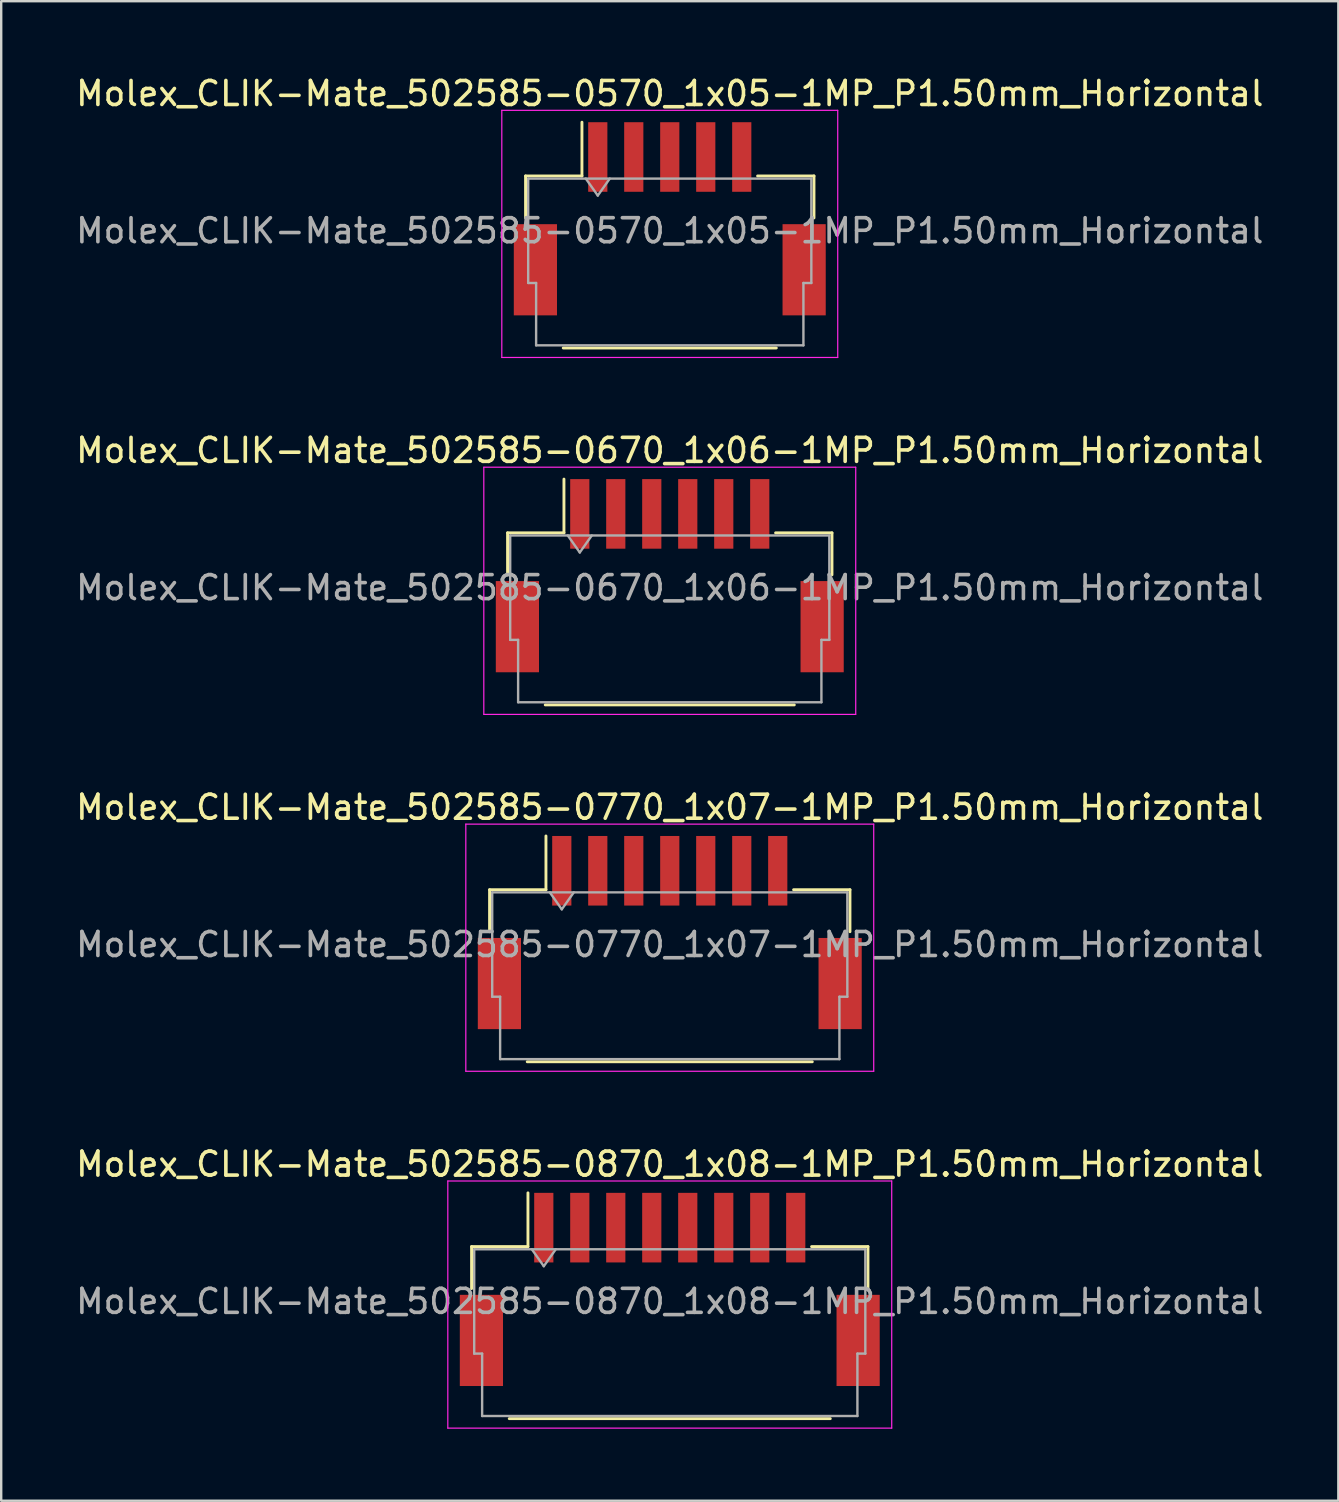
<source format=kicad_pcb>
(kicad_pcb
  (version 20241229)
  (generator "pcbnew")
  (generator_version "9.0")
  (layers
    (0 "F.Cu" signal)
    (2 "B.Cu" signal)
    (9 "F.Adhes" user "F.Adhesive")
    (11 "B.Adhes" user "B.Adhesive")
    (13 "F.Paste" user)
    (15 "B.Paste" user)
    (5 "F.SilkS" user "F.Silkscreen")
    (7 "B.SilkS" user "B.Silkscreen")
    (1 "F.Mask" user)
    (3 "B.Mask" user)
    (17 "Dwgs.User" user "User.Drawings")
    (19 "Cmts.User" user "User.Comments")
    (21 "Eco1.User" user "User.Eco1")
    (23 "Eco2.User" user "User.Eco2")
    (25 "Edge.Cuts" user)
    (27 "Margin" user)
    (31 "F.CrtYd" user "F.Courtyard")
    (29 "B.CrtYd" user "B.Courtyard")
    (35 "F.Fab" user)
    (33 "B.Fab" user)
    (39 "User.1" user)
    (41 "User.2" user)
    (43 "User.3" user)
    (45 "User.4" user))
  (footprint "Molex_CLIK-Mate_502585-0670_1x06-1MP_P1.50mm_Horizontal"
    (layer "F.Cu")
    (at 24.863 20.942)
    (property "Reference" "Molex_CLIK-Mate_502585-0670_1x06-1MP_P1.50mm_Horizontal" (at 0 -5.22 0) (layer "F.SilkS") (effects (font (size 1 1) (thickness 0.15))))
    (attr smd)
    (fp_line (start -6.76 -1.785) (end -4.41 -1.785) (stroke (width 0.12) (type solid)) (layer "F.SilkS"))
    (fp_line (start -6.76 -0.035) (end -6.76 -1.785) (stroke (width 0.12) (type solid)) (layer "F.SilkS"))
    (fp_line (start -5.19 5.385) (end 5.19 5.385) (stroke (width 0.12) (type solid)) (layer "F.SilkS"))
    (fp_line (start -4.41 -1.785) (end -4.41 -4.025) (stroke (width 0.12) (type solid)) (layer "F.SilkS"))
    (fp_line (start 6.76 -1.785) (end 4.41 -1.785) (stroke (width 0.12) (type solid)) (layer "F.SilkS"))
    (fp_line (start 6.76 -0.035) (end 6.76 -1.785) (stroke (width 0.12) (type solid)) (layer "F.SilkS"))
    (fp_line (start -7.75 -4.52) (end -7.75 5.78) (stroke (width 0.05) (type solid)) (layer "F.CrtYd"))
    (fp_line (start -7.75 5.78) (end 7.75 5.78) (stroke (width 0.05) (type solid)) (layer "F.CrtYd"))
    (fp_line (start 7.75 -4.52) (end -7.75 -4.52) (stroke (width 0.05) (type solid)) (layer "F.CrtYd"))
    (fp_line (start 7.75 5.78) (end 7.75 -4.52) (stroke (width 0.05) (type solid)) (layer "F.CrtYd"))
    (fp_line (start -6.65 -1.675) (end -6.65 2.675) (stroke (width 0.1) (type solid)) (layer "F.Fab"))
    (fp_line (start -6.65 -1.675) (end 6.65 -1.675) (stroke (width 0.1) (type solid)) (layer "F.Fab"))
    (fp_line (start -6.65 2.675) (end -6.32 2.675) (stroke (width 0.1) (type solid)) (layer "F.Fab"))
    (fp_line (start -6.32 2.675) (end -6.32 5.275) (stroke (width 0.1) (type solid)) (layer "F.Fab"))
    (fp_line (start -6.32 5.275) (end 6.32 5.275) (stroke (width 0.1) (type solid)) (layer "F.Fab"))
    (fp_line (start -4.25 -1.675) (end -3.75 -0.968) (stroke (width 0.1) (type solid)) (layer "F.Fab"))
    (fp_line (start -3.75 -0.968) (end -3.25 -1.675) (stroke (width 0.1) (type solid)) (layer "F.Fab"))
    (fp_line (start 6.32 2.675) (end 6.65 2.675) (stroke (width 0.1) (type solid)) (layer "F.Fab"))
    (fp_line (start 6.32 5.275) (end 6.32 2.675) (stroke (width 0.1) (type solid)) (layer "F.Fab"))
    (fp_line (start 6.65 -1.675) (end 6.65 2.675) (stroke (width 0.1) (type solid)) (layer "F.Fab"))
    (fp_text user "${REFERENCE}" (at 0 0.5 0) (layer "F.Fab") (effects (font (size 1 1) (thickness 0.15))))
    (pad "1" smd rect (at -3.75 -2.575) (size 0.8 2.9) (layers "F.Cu" "F.Mask" "F.Paste"))
    (pad "2" smd rect (at -2.25 -2.575) (size 0.8 2.9) (layers "F.Cu" "F.Mask" "F.Paste"))
    (pad "3" smd rect (at -0.75 -2.575) (size 0.8 2.9) (layers "F.Cu" "F.Mask" "F.Paste"))
    (pad "4" smd rect (at 0.75 -2.575) (size 0.8 2.9) (layers "F.Cu" "F.Mask" "F.Paste"))
    (pad "5" smd rect (at 2.25 -2.575) (size 0.8 2.9) (layers "F.Cu" "F.Mask" "F.Paste"))
    (pad "6" smd rect (at 3.75 -2.575) (size 0.8 2.9) (layers "F.Cu" "F.Mask" "F.Paste"))
    (pad "MP" smd rect (at -6.35 2.125) (size 1.8 3.8) (layers "F.Cu" "F.Mask" "F.Paste"))
    (pad "MP" smd rect (at 6.35 2.125) (size 1.8 3.8) (layers "F.Cu" "F.Mask" "F.Paste")))
  (footprint "Molex_CLIK-Mate_502585-0570_1x05-1MP_P1.50mm_Horizontal"
    (layer "F.Cu")
    (at 24.863 6.068)
    (property "Reference" "Molex_CLIK-Mate_502585-0570_1x05-1MP_P1.50mm_Horizontal" (at 0 -5.22 0) (layer "F.SilkS") (effects (font (size 1 1) (thickness 0.15))))
    (attr smd)
    (fp_line (start -6.01 -1.785) (end -3.66 -1.785) (stroke (width 0.12) (type solid)) (layer "F.SilkS"))
    (fp_line (start -6.01 -0.035) (end -6.01 -1.785) (stroke (width 0.12) (type solid)) (layer "F.SilkS"))
    (fp_line (start -4.44 5.385) (end 4.44 5.385) (stroke (width 0.12) (type solid)) (layer "F.SilkS"))
    (fp_line (start -3.66 -1.785) (end -3.66 -4.025) (stroke (width 0.12) (type solid)) (layer "F.SilkS"))
    (fp_line (start 6.01 -1.785) (end 3.66 -1.785) (stroke (width 0.12) (type solid)) (layer "F.SilkS"))
    (fp_line (start 6.01 -0.035) (end 6.01 -1.785) (stroke (width 0.12) (type solid)) (layer "F.SilkS"))
    (fp_line (start -7 -4.52) (end -7 5.78) (stroke (width 0.05) (type solid)) (layer "F.CrtYd"))
    (fp_line (start -7 5.78) (end 7 5.78) (stroke (width 0.05) (type solid)) (layer "F.CrtYd"))
    (fp_line (start 7 -4.52) (end -7 -4.52) (stroke (width 0.05) (type solid)) (layer "F.CrtYd"))
    (fp_line (start 7 5.78) (end 7 -4.52) (stroke (width 0.05) (type solid)) (layer "F.CrtYd"))
    (fp_line (start -5.9 -1.675) (end -5.9 2.675) (stroke (width 0.1) (type solid)) (layer "F.Fab"))
    (fp_line (start -5.9 -1.675) (end 5.9 -1.675) (stroke (width 0.1) (type solid)) (layer "F.Fab"))
    (fp_line (start -5.9 2.675) (end -5.57 2.675) (stroke (width 0.1) (type solid)) (layer "F.Fab"))
    (fp_line (start -5.57 2.675) (end -5.57 5.275) (stroke (width 0.1) (type solid)) (layer "F.Fab"))
    (fp_line (start -5.57 5.275) (end 5.57 5.275) (stroke (width 0.1) (type solid)) (layer "F.Fab"))
    (fp_line (start -3.5 -1.675) (end -3 -0.968) (stroke (width 0.1) (type solid)) (layer "F.Fab"))
    (fp_line (start -3 -0.968) (end -2.5 -1.675) (stroke (width 0.1) (type solid)) (layer "F.Fab"))
    (fp_line (start 5.57 2.675) (end 5.9 2.675) (stroke (width 0.1) (type solid)) (layer "F.Fab"))
    (fp_line (start 5.57 5.275) (end 5.57 2.675) (stroke (width 0.1) (type solid)) (layer "F.Fab"))
    (fp_line (start 5.9 -1.675) (end 5.9 2.675) (stroke (width 0.1) (type solid)) (layer "F.Fab"))
    (fp_text user "${REFERENCE}" (at 0 0.5 0) (layer "F.Fab") (effects (font (size 1 1) (thickness 0.15))))
    (pad "1" smd rect (at -3 -2.575) (size 0.8 2.9) (layers "F.Cu" "F.Mask" "F.Paste"))
    (pad "2" smd rect (at -1.5 -2.575) (size 0.8 2.9) (layers "F.Cu" "F.Mask" "F.Paste"))
    (pad "3" smd rect (at 0 -2.575) (size 0.8 2.9) (layers "F.Cu" "F.Mask" "F.Paste"))
    (pad "4" smd rect (at 1.5 -2.575) (size 0.8 2.9) (layers "F.Cu" "F.Mask" "F.Paste"))
    (pad "5" smd rect (at 3 -2.575) (size 0.8 2.9) (layers "F.Cu" "F.Mask" "F.Paste"))
    (pad "MP" smd rect (at -5.6 2.125) (size 1.8 3.8) (layers "F.Cu" "F.Mask" "F.Paste"))
    (pad "MP" smd rect (at 5.6 2.125) (size 1.8 3.8) (layers "F.Cu" "F.Mask" "F.Paste")))
  (footprint "Molex_CLIK-Mate_502585-0770_1x07-1MP_P1.50mm_Horizontal"
    (layer "F.Cu")
    (at 24.863 35.815)
    (property "Reference" "Molex_CLIK-Mate_502585-0770_1x07-1MP_P1.50mm_Horizontal" (at 0 -5.22 0) (layer "F.SilkS") (effects (font (size 1 1) (thickness 0.15))))
    (attr smd)
    (fp_line (start -7.51 -1.785) (end -5.16 -1.785) (stroke (width 0.12) (type solid)) (layer "F.SilkS"))
    (fp_line (start -7.51 -0.035) (end -7.51 -1.785) (stroke (width 0.12) (type solid)) (layer "F.SilkS"))
    (fp_line (start -5.94 5.385) (end 5.94 5.385) (stroke (width 0.12) (type solid)) (layer "F.SilkS"))
    (fp_line (start -5.16 -1.785) (end -5.16 -4.025) (stroke (width 0.12) (type solid)) (layer "F.SilkS"))
    (fp_line (start 7.51 -1.785) (end 5.16 -1.785) (stroke (width 0.12) (type solid)) (layer "F.SilkS"))
    (fp_line (start 7.51 -0.035) (end 7.51 -1.785) (stroke (width 0.12) (type solid)) (layer "F.SilkS"))
    (fp_line (start -8.5 -4.52) (end -8.5 5.78) (stroke (width 0.05) (type solid)) (layer "F.CrtYd"))
    (fp_line (start -8.5 5.78) (end 8.5 5.78) (stroke (width 0.05) (type solid)) (layer "F.CrtYd"))
    (fp_line (start 8.5 -4.52) (end -8.5 -4.52) (stroke (width 0.05) (type solid)) (layer "F.CrtYd"))
    (fp_line (start 8.5 5.78) (end 8.5 -4.52) (stroke (width 0.05) (type solid)) (layer "F.CrtYd"))
    (fp_line (start -7.4 -1.675) (end -7.4 2.675) (stroke (width 0.1) (type solid)) (layer "F.Fab"))
    (fp_line (start -7.4 -1.675) (end 7.4 -1.675) (stroke (width 0.1) (type solid)) (layer "F.Fab"))
    (fp_line (start -7.4 2.675) (end -7.07 2.675) (stroke (width 0.1) (type solid)) (layer "F.Fab"))
    (fp_line (start -7.07 2.675) (end -7.07 5.275) (stroke (width 0.1) (type solid)) (layer "F.Fab"))
    (fp_line (start -7.07 5.275) (end 7.07 5.275) (stroke (width 0.1) (type solid)) (layer "F.Fab"))
    (fp_line (start -5 -1.675) (end -4.5 -0.968) (stroke (width 0.1) (type solid)) (layer "F.Fab"))
    (fp_line (start -4.5 -0.968) (end -4 -1.675) (stroke (width 0.1) (type solid)) (layer "F.Fab"))
    (fp_line (start 7.07 2.675) (end 7.4 2.675) (stroke (width 0.1) (type solid)) (layer "F.Fab"))
    (fp_line (start 7.07 5.275) (end 7.07 2.675) (stroke (width 0.1) (type solid)) (layer "F.Fab"))
    (fp_line (start 7.4 -1.675) (end 7.4 2.675) (stroke (width 0.1) (type solid)) (layer "F.Fab"))
    (fp_text user "${REFERENCE}" (at 0 0.5 0) (layer "F.Fab") (effects (font (size 1 1) (thickness 0.15))))
    (pad "1" smd rect (at -4.5 -2.575) (size 0.8 2.9) (layers "F.Cu" "F.Mask" "F.Paste"))
    (pad "2" smd rect (at -3 -2.575) (size 0.8 2.9) (layers "F.Cu" "F.Mask" "F.Paste"))
    (pad "3" smd rect (at -1.5 -2.575) (size 0.8 2.9) (layers "F.Cu" "F.Mask" "F.Paste"))
    (pad "4" smd rect (at 0 -2.575) (size 0.8 2.9) (layers "F.Cu" "F.Mask" "F.Paste"))
    (pad "5" smd rect (at 1.5 -2.575) (size 0.8 2.9) (layers "F.Cu" "F.Mask" "F.Paste"))
    (pad "6" smd rect (at 3 -2.575) (size 0.8 2.9) (layers "F.Cu" "F.Mask" "F.Paste"))
    (pad "7" smd rect (at 4.5 -2.575) (size 0.8 2.9) (layers "F.Cu" "F.Mask" "F.Paste"))
    (pad "MP" smd rect (at -7.1 2.125) (size 1.8 3.8) (layers "F.Cu" "F.Mask" "F.Paste"))
    (pad "MP" smd rect (at 7.1 2.125) (size 1.8 3.8) (layers "F.Cu" "F.Mask" "F.Paste")))
  (footprint "Molex_CLIK-Mate_502585-0870_1x08-1MP_P1.50mm_Horizontal"
    (layer "F.Cu")
    (at 24.863 50.688)
    (property "Reference" "Molex_CLIK-Mate_502585-0870_1x08-1MP_P1.50mm_Horizontal" (at 0 -5.22 0) (layer "F.SilkS") (effects (font (size 1 1) (thickness 0.15))))
    (attr smd)
    (fp_line (start -8.26 -1.785) (end -5.91 -1.785) (stroke (width 0.12) (type solid)) (layer "F.SilkS"))
    (fp_line (start -8.26 -0.035) (end -8.26 -1.785) (stroke (width 0.12) (type solid)) (layer "F.SilkS"))
    (fp_line (start -6.69 5.385) (end 6.69 5.385) (stroke (width 0.12) (type solid)) (layer "F.SilkS"))
    (fp_line (start -5.91 -1.785) (end -5.91 -4.025) (stroke (width 0.12) (type solid)) (layer "F.SilkS"))
    (fp_line (start 8.26 -1.785) (end 5.91 -1.785) (stroke (width 0.12) (type solid)) (layer "F.SilkS"))
    (fp_line (start 8.26 -0.035) (end 8.26 -1.785) (stroke (width 0.12) (type solid)) (layer "F.SilkS"))
    (fp_line (start -9.25 -4.52) (end -9.25 5.78) (stroke (width 0.05) (type solid)) (layer "F.CrtYd"))
    (fp_line (start -9.25 5.78) (end 9.25 5.78) (stroke (width 0.05) (type solid)) (layer "F.CrtYd"))
    (fp_line (start 9.25 -4.52) (end -9.25 -4.52) (stroke (width 0.05) (type solid)) (layer "F.CrtYd"))
    (fp_line (start 9.25 5.78) (end 9.25 -4.52) (stroke (width 0.05) (type solid)) (layer "F.CrtYd"))
    (fp_line (start -8.15 -1.675) (end -8.15 2.675) (stroke (width 0.1) (type solid)) (layer "F.Fab"))
    (fp_line (start -8.15 -1.675) (end 8.15 -1.675) (stroke (width 0.1) (type solid)) (layer "F.Fab"))
    (fp_line (start -8.15 2.675) (end -7.82 2.675) (stroke (width 0.1) (type solid)) (layer "F.Fab"))
    (fp_line (start -7.82 2.675) (end -7.82 5.275) (stroke (width 0.1) (type solid)) (layer "F.Fab"))
    (fp_line (start -7.82 5.275) (end 7.82 5.275) (stroke (width 0.1) (type solid)) (layer "F.Fab"))
    (fp_line (start -5.75 -1.675) (end -5.25 -0.968) (stroke (width 0.1) (type solid)) (layer "F.Fab"))
    (fp_line (start -5.25 -0.968) (end -4.75 -1.675) (stroke (width 0.1) (type solid)) (layer "F.Fab"))
    (fp_line (start 7.82 2.675) (end 8.15 2.675) (stroke (width 0.1) (type solid)) (layer "F.Fab"))
    (fp_line (start 7.82 5.275) (end 7.82 2.675) (stroke (width 0.1) (type solid)) (layer "F.Fab"))
    (fp_line (start 8.15 -1.675) (end 8.15 2.675) (stroke (width 0.1) (type solid)) (layer "F.Fab"))
    (fp_text user "${REFERENCE}" (at 0 0.5 0) (layer "F.Fab") (effects (font (size 1 1) (thickness 0.15))))
    (pad "1" smd rect (at -5.25 -2.575) (size 0.8 2.9) (layers "F.Cu" "F.Mask" "F.Paste"))
    (pad "2" smd rect (at -3.75 -2.575) (size 0.8 2.9) (layers "F.Cu" "F.Mask" "F.Paste"))
    (pad "3" smd rect (at -2.25 -2.575) (size 0.8 2.9) (layers "F.Cu" "F.Mask" "F.Paste"))
    (pad "4" smd rect (at -0.75 -2.575) (size 0.8 2.9) (layers "F.Cu" "F.Mask" "F.Paste"))
    (pad "5" smd rect (at 0.75 -2.575) (size 0.8 2.9) (layers "F.Cu" "F.Mask" "F.Paste"))
    (pad "6" smd rect (at 2.25 -2.575) (size 0.8 2.9) (layers "F.Cu" "F.Mask" "F.Paste"))
    (pad "7" smd rect (at 3.75 -2.575) (size 0.8 2.9) (layers "F.Cu" "F.Mask" "F.Paste"))
    (pad "8" smd rect (at 5.25 -2.575) (size 0.8 2.9) (layers "F.Cu" "F.Mask" "F.Paste"))
    (pad "MP" smd rect (at -7.85 2.125) (size 1.8 3.8) (layers "F.Cu" "F.Mask" "F.Paste"))
    (pad "MP" smd rect (at 7.85 2.125) (size 1.8 3.8) (layers "F.Cu" "F.Mask" "F.Paste")))
  (gr_rect
    (start -3 -3)
    (end 52.726 59.493)
    (stroke (width 0.1) (type default))
    (fill no)
    (layer "Edge.Cuts")))
</source>
